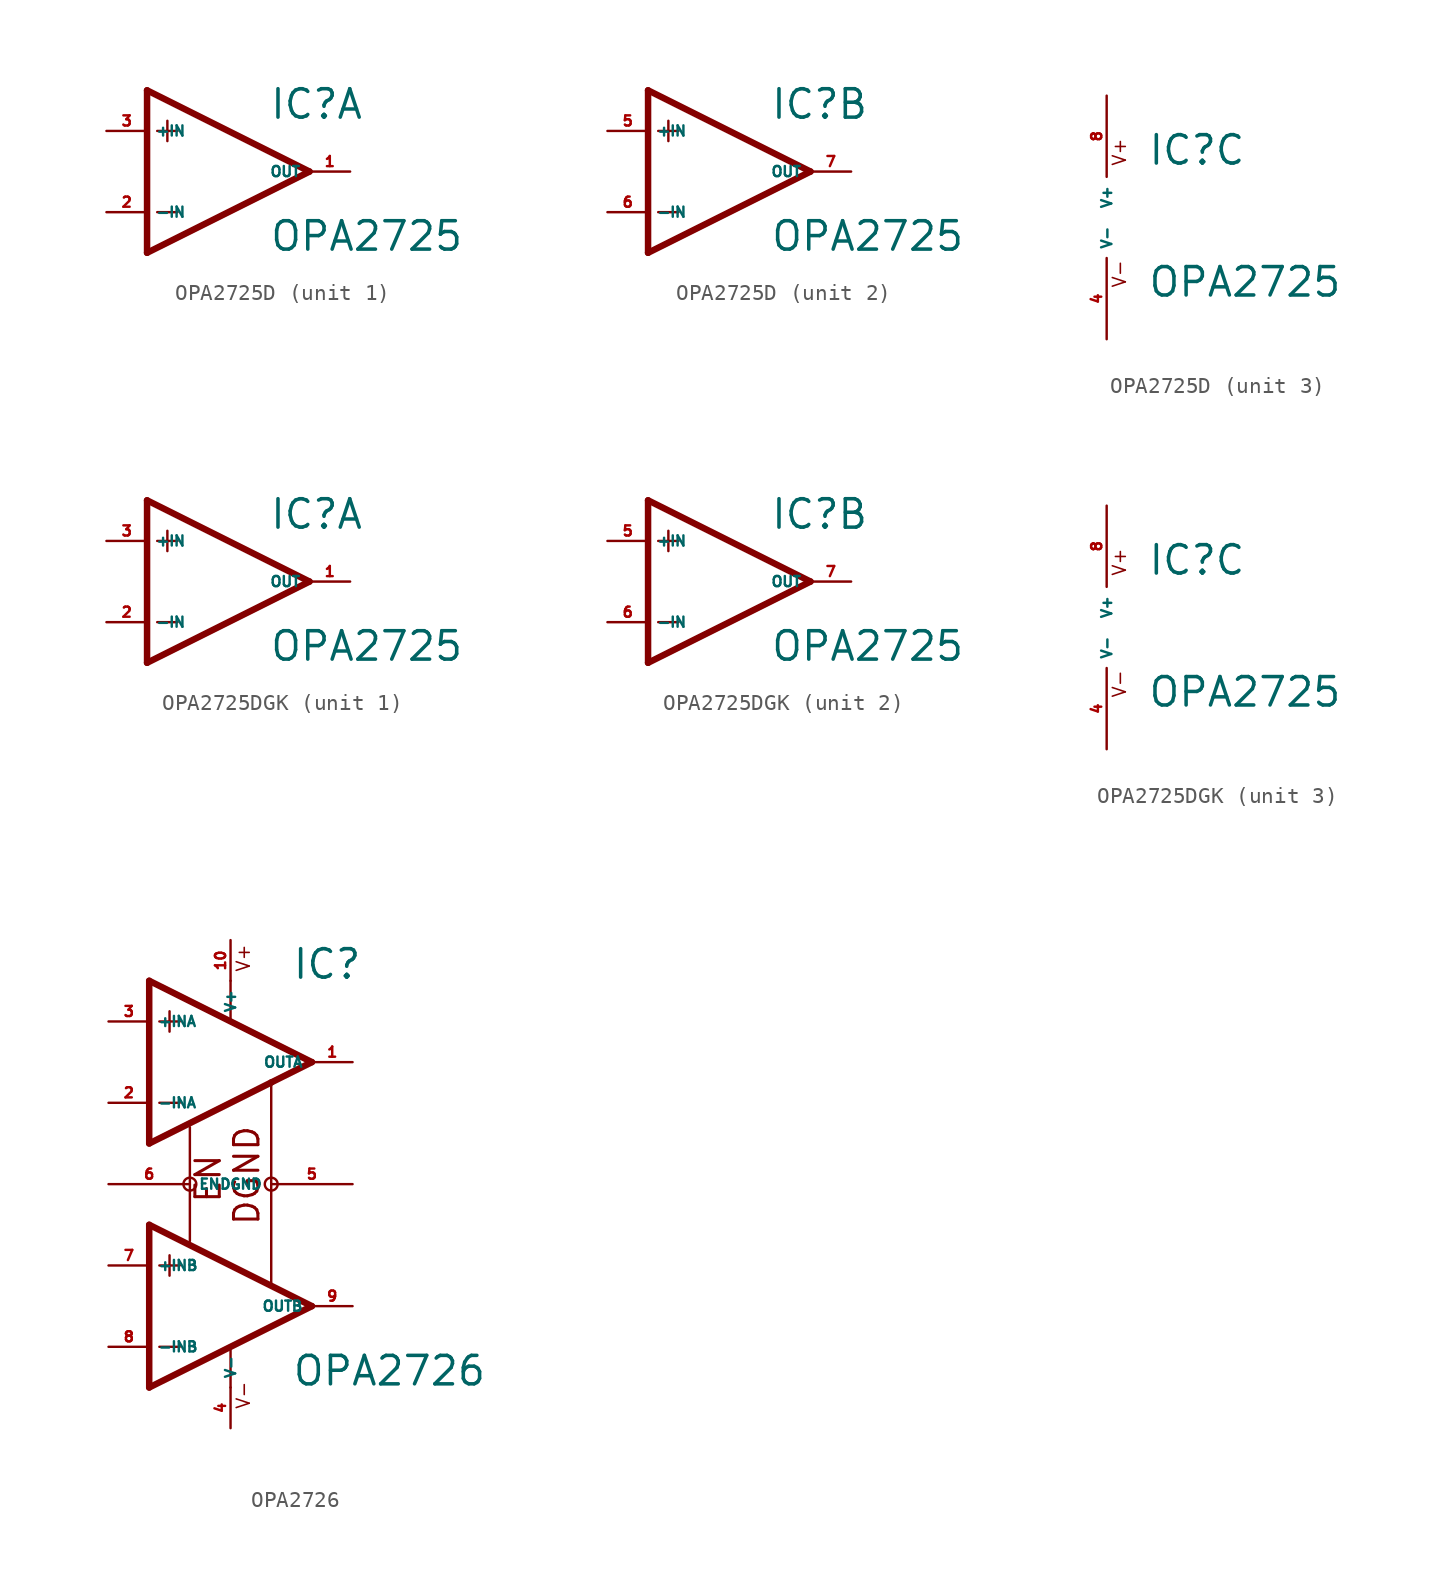
<source format=kicad_sym>
(kicad_symbol_lib
  (version 20220914)
  (generator Eagle2Kicad)
  (symbol "OPA2725D"
    (property "Reference" "IC"
      (at 2.54 3.175 0)
      (effects (font (size 1.778 1.778) (thickness 0.22)) (justify left bottom)))
    (property "Value" "OPA2725"
      (at 2.54 -5.08 0)
      (effects (font (size 1.778 1.778) (thickness 0.22)) (justify left bottom)))
    (symbol "OPA2725D_1_0"
      (polyline (pts (xy -5.08 5.08) (xy -5.08 -5.08)) (stroke (width 0.406) (type default)) (fill (type none)))
      (polyline (pts (xy -5.08 -5.08) (xy 5.08 0)) (stroke (width 0.406) (type default)) (fill (type none)))
      (polyline (pts (xy 5.08 0) (xy -5.08 5.08)) (stroke (width 0.406) (type default)) (fill (type none)))
      (polyline (pts (xy -3.81 3.175) (xy -3.81 1.905)) (stroke (width 0.152) (type default)) (fill (type none)))
      (polyline (pts (xy -4.445 2.54) (xy -3.175 2.54)) (stroke (width 0.152) (type default)) (fill (type none)))
      (polyline (pts (xy -4.445 -2.54) (xy -3.175 -2.54)) (stroke (width 0.152) (type default)) (fill (type none)))
      (pin input line (at -7.62 -2.54 0) (length 2.54) (name "-IN" (effects (font (size 0.635 0.635) (thickness 0.08)) (justify left bottom))) (number "2" (effects (font (size 0.635 0.635) (thickness 0.08)) (justify left bottom))))
      (pin input line (at -7.62 2.54 0) (length 2.54) (name "+IN" (effects (font (size 0.635 0.635) (thickness 0.08)) (justify left bottom))) (number "3" (effects (font (size 0.635 0.635) (thickness 0.08)) (justify left bottom))))
      (pin output line (at 7.62 0 180) (length 2.54) (name "OUT" (effects (font (size 0.635 0.635) (thickness 0.08)) (justify left bottom))) (number "1" (effects (font (size 0.635 0.635) (thickness 0.08)) (justify left bottom)))))
    (symbol "OPA2725D_2_0"
      (polyline (pts (xy -5.08 5.08) (xy -5.08 -5.08)) (stroke (width 0.406) (type default)) (fill (type none)))
      (polyline (pts (xy -5.08 -5.08) (xy 5.08 0)) (stroke (width 0.406) (type default)) (fill (type none)))
      (polyline (pts (xy 5.08 0) (xy -5.08 5.08)) (stroke (width 0.406) (type default)) (fill (type none)))
      (polyline (pts (xy -3.81 3.175) (xy -3.81 1.905)) (stroke (width 0.152) (type default)) (fill (type none)))
      (polyline (pts (xy -4.445 2.54) (xy -3.175 2.54)) (stroke (width 0.152) (type default)) (fill (type none)))
      (polyline (pts (xy -4.445 -2.54) (xy -3.175 -2.54)) (stroke (width 0.152) (type default)) (fill (type none)))
      (pin input line (at -7.62 -2.54 0) (length 2.54) (name "-IN" (effects (font (size 0.635 0.635) (thickness 0.08)) (justify left bottom))) (number "6" (effects (font (size 0.635 0.635) (thickness 0.08)) (justify left bottom))))
      (pin input line (at -7.62 2.54 0) (length 2.54) (name "+IN" (effects (font (size 0.635 0.635) (thickness 0.08)) (justify left bottom))) (number "5" (effects (font (size 0.635 0.635) (thickness 0.08)) (justify left bottom))))
      (pin output line (at 7.62 0 180) (length 2.54) (name "OUT" (effects (font (size 0.635 0.635) (thickness 0.08)) (justify left bottom))) (number "7" (effects (font (size 0.635 0.635) (thickness 0.08)) (justify left bottom)))))
    (symbol "OPA2725D_3_0"
      (text "V+" (at 1.27 3.175 900) (effects (font (size 0.813 0.813) (thickness 0.10)) (justify left bottom)))
      (text "V-" (at 1.27 -4.445 900) (effects (font (size 0.813 0.813) (thickness 0.10)) (justify left bottom)))
      (pin unspecified line (at 0 7.62 270) (length 5.08) (name "V+" (effects (font (size 0.635 0.635) (thickness 0.08)) (justify left bottom))) (number "8" (effects (font (size 0.635 0.635) (thickness 0.08)) (justify left bottom))))
      (pin unspecified line (at 0 -7.62 90) (length 5.08) (name "V-" (effects (font (size 0.635 0.635) (thickness 0.08)) (justify left bottom))) (number "4" (effects (font (size 0.635 0.635) (thickness 0.08)) (justify left bottom))))))
  (symbol "OPA2725DGK"
    (property "Reference" "IC"
      (at 2.54 3.175 0)
      (effects (font (size 1.778 1.778) (thickness 0.22)) (justify left bottom)))
    (property "Value" "OPA2725"
      (at 2.54 -5.08 0)
      (effects (font (size 1.778 1.778) (thickness 0.22)) (justify left bottom)))
    (symbol "OPA2725DGK_1_0"
      (polyline (pts (xy -5.08 5.08) (xy -5.08 -5.08)) (stroke (width 0.406) (type default)) (fill (type none)))
      (polyline (pts (xy -5.08 -5.08) (xy 5.08 0)) (stroke (width 0.406) (type default)) (fill (type none)))
      (polyline (pts (xy 5.08 0) (xy -5.08 5.08)) (stroke (width 0.406) (type default)) (fill (type none)))
      (polyline (pts (xy -3.81 3.175) (xy -3.81 1.905)) (stroke (width 0.152) (type default)) (fill (type none)))
      (polyline (pts (xy -4.445 2.54) (xy -3.175 2.54)) (stroke (width 0.152) (type default)) (fill (type none)))
      (polyline (pts (xy -4.445 -2.54) (xy -3.175 -2.54)) (stroke (width 0.152) (type default)) (fill (type none)))
      (pin input line (at -7.62 -2.54 0) (length 2.54) (name "-IN" (effects (font (size 0.635 0.635) (thickness 0.08)) (justify left bottom))) (number "2" (effects (font (size 0.635 0.635) (thickness 0.08)) (justify left bottom))))
      (pin input line (at -7.62 2.54 0) (length 2.54) (name "+IN" (effects (font (size 0.635 0.635) (thickness 0.08)) (justify left bottom))) (number "3" (effects (font (size 0.635 0.635) (thickness 0.08)) (justify left bottom))))
      (pin output line (at 7.62 0 180) (length 2.54) (name "OUT" (effects (font (size 0.635 0.635) (thickness 0.08)) (justify left bottom))) (number "1" (effects (font (size 0.635 0.635) (thickness 0.08)) (justify left bottom)))))
    (symbol "OPA2725DGK_2_0"
      (polyline (pts (xy -5.08 5.08) (xy -5.08 -5.08)) (stroke (width 0.406) (type default)) (fill (type none)))
      (polyline (pts (xy -5.08 -5.08) (xy 5.08 0)) (stroke (width 0.406) (type default)) (fill (type none)))
      (polyline (pts (xy 5.08 0) (xy -5.08 5.08)) (stroke (width 0.406) (type default)) (fill (type none)))
      (polyline (pts (xy -3.81 3.175) (xy -3.81 1.905)) (stroke (width 0.152) (type default)) (fill (type none)))
      (polyline (pts (xy -4.445 2.54) (xy -3.175 2.54)) (stroke (width 0.152) (type default)) (fill (type none)))
      (polyline (pts (xy -4.445 -2.54) (xy -3.175 -2.54)) (stroke (width 0.152) (type default)) (fill (type none)))
      (pin input line (at -7.62 -2.54 0) (length 2.54) (name "-IN" (effects (font (size 0.635 0.635) (thickness 0.08)) (justify left bottom))) (number "6" (effects (font (size 0.635 0.635) (thickness 0.08)) (justify left bottom))))
      (pin input line (at -7.62 2.54 0) (length 2.54) (name "+IN" (effects (font (size 0.635 0.635) (thickness 0.08)) (justify left bottom))) (number "5" (effects (font (size 0.635 0.635) (thickness 0.08)) (justify left bottom))))
      (pin output line (at 7.62 0 180) (length 2.54) (name "OUT" (effects (font (size 0.635 0.635) (thickness 0.08)) (justify left bottom))) (number "7" (effects (font (size 0.635 0.635) (thickness 0.08)) (justify left bottom)))))
    (symbol "OPA2725DGK_3_0"
      (text "V+" (at 1.27 3.175 900) (effects (font (size 0.813 0.813) (thickness 0.10)) (justify left bottom)))
      (text "V-" (at 1.27 -4.445 900) (effects (font (size 0.813 0.813) (thickness 0.10)) (justify left bottom)))
      (pin unspecified line (at 0 7.62 270) (length 5.08) (name "V+" (effects (font (size 0.635 0.635) (thickness 0.08)) (justify left bottom))) (number "8" (effects (font (size 0.635 0.635) (thickness 0.08)) (justify left bottom))))
      (pin unspecified line (at 0 -7.62 90) (length 5.08) (name "V-" (effects (font (size 0.635 0.635) (thickness 0.08)) (justify left bottom))) (number "4" (effects (font (size 0.635 0.635) (thickness 0.08)) (justify left bottom))))))
  (symbol "OPA2726"
    (property "Reference" "IC"
      (at 1.27 12.7 0)
      (effects (font (size 1.778 1.778) (thickness 0.22)) (justify left bottom)))
    (property "Value" "OPA2726"
      (at 1.27 -12.7 0)
      (effects (font (size 1.778 1.778) (thickness 0.22)) (justify left bottom)))
    (polyline
      (pts (xy -7.62 12.7) (xy -7.62 2.54))
      (stroke (width 0.406) (type default))
      (fill (type none)))
    (polyline
      (pts (xy -7.62 2.54) (xy 0 6.35))
      (stroke (width 0.406) (type default))
      (fill (type none)))
    (polyline
      (pts (xy 0 6.35) (xy 2.54 7.62))
      (stroke (width 0.406) (type default))
      (fill (type none)))
    (polyline
      (pts (xy 2.54 7.62) (xy -7.62 12.7))
      (stroke (width 0.406) (type default))
      (fill (type none)))
    (polyline
      (pts (xy -6.35 10.795) (xy -6.35 9.525))
      (stroke (width 0.152) (type default))
      (fill (type none)))
    (polyline
      (pts (xy -6.985 10.16) (xy -5.715 10.16))
      (stroke (width 0.152) (type default))
      (fill (type none)))
    (polyline
      (pts (xy -6.985 5.08) (xy -5.715 5.08))
      (stroke (width 0.152) (type default))
      (fill (type none)))
    (polyline
      (pts (xy -7.62 -2.54) (xy -7.62 -12.7))
      (stroke (width 0.406) (type default))
      (fill (type none)))
    (polyline
      (pts (xy -7.62 -12.7) (xy 2.54 -7.62))
      (stroke (width 0.406) (type default))
      (fill (type none)))
    (polyline
      (pts (xy 2.54 -7.62) (xy -7.62 -2.54))
      (stroke (width 0.406) (type default))
      (fill (type none)))
    (polyline
      (pts (xy -6.35 -4.445) (xy -6.35 -5.715))
      (stroke (width 0.152) (type default))
      (fill (type none)))
    (polyline
      (pts (xy -6.985 -5.08) (xy -5.715 -5.08))
      (stroke (width 0.152) (type default))
      (fill (type none)))
    (polyline
      (pts (xy -6.985 -10.16) (xy -5.715 -10.16))
      (stroke (width 0.152) (type default))
      (fill (type none)))
    (polyline
      (pts (xy -2.54 12.7) (xy -2.54 10.16))
      (stroke (width 0.152) (type default))
      (fill (type none)))
    (polyline
      (pts (xy -2.54 -12.7) (xy -2.54 -10.287))
      (stroke (width 0.152) (type default))
      (fill (type none)))
    (polyline
      (pts (xy -5.08 3.556) (xy -5.08 -3.556))
      (stroke (width 0.152) (type default))
      (fill (type none)))
    (polyline
      (pts (xy 0 -6.223) (xy 0 6.35))
      (stroke (width 0.152) (type default))
      (fill (type none)))
    (text "V+"
      (at -1.27 13.208 900)
      (effects (font (size 0.813 0.813) (thickness 0.10)) (justify left bottom)))
    (text "V-"
      (at -1.27 -14.097 900)
      (effects (font (size 0.813 0.813) (thickness 0.10)) (justify left bottom)))
    (text "EN"
      (at -3.048 -1.27 900)
      (effects (font (size 1.524 1.524) (thickness 0.19)) (justify left bottom)))
    (text "DGND"
      (at -0.635 -2.667 900)
      (effects (font (size 1.524 1.524) (thickness 0.19)) (justify left bottom)))
    (circle
      (center -5.08 0)
      (radius 0.402)
      (stroke (width 0) (type default))
      (fill (type none)))
    (circle
      (center 0 0)
      (radius 0.402)
      (stroke (width 0) (type default))
      (fill (type none)))
    (pin input line
      (at -10.16 5.08 0)
      (length 2.54)
      (name "-INA" (effects (font (size 0.635 0.635) (thickness 0.08)) (justify left bottom)))
      (number "2" (effects (font (size 0.635 0.635) (thickness 0.08)) (justify left bottom))))
    (pin input line
      (at -10.16 10.16 0)
      (length 2.54)
      (name "+INA" (effects (font (size 0.635 0.635) (thickness 0.08)) (justify left bottom)))
      (number "3" (effects (font (size 0.635 0.635) (thickness 0.08)) (justify left bottom))))
    (pin output line
      (at 5.08 7.62 180)
      (length 2.54)
      (name "OUTA" (effects (font (size 0.635 0.635) (thickness 0.08)) (justify left bottom)))
      (number "1" (effects (font (size 0.635 0.635) (thickness 0.08)) (justify left bottom))))
    (pin unspecified line
      (at -2.54 15.24 270)
      (length 2.54)
      (name "V+" (effects (font (size 0.635 0.635) (thickness 0.08)) (justify left bottom)))
      (number "10" (effects (font (size 0.635 0.635) (thickness 0.08)) (justify left bottom))))
    (pin unspecified line
      (at -2.54 -15.24 90)
      (length 2.54)
      (name "V-" (effects (font (size 0.635 0.635) (thickness 0.08)) (justify left bottom)))
      (number "4" (effects (font (size 0.635 0.635) (thickness 0.08)) (justify left bottom))))
    (pin input line
      (at -10.16 0 0)
      (length 5.08)
      (name "EN" (effects (font (size 0.635 0.635) (thickness 0.08)) (justify left bottom)))
      (number "6" (effects (font (size 0.635 0.635) (thickness 0.08)) (justify left bottom))))
    (pin input line
      (at -10.16 -10.16 0)
      (length 2.54)
      (name "-INB" (effects (font (size 0.635 0.635) (thickness 0.08)) (justify left bottom)))
      (number "8" (effects (font (size 0.635 0.635) (thickness 0.08)) (justify left bottom))))
    (pin input line
      (at -10.16 -5.08 0)
      (length 2.54)
      (name "+INB" (effects (font (size 0.635 0.635) (thickness 0.08)) (justify left bottom)))
      (number "7" (effects (font (size 0.635 0.635) (thickness 0.08)) (justify left bottom))))
    (pin output line
      (at 5.08 -7.62 180)
      (length 2.54)
      (name "OUTB" (effects (font (size 0.635 0.635) (thickness 0.08)) (justify left bottom)))
      (number "9" (effects (font (size 0.635 0.635) (thickness 0.08)) (justify left bottom))))
    (pin input line
      (at 5.08 0 180)
      (length 5.08)
      (name "DGND" (effects (font (size 0.635 0.635) (thickness 0.08)) (justify left bottom)))
      (number "5" (effects (font (size 0.635 0.635) (thickness 0.08)) (justify left bottom))))))
</source>
